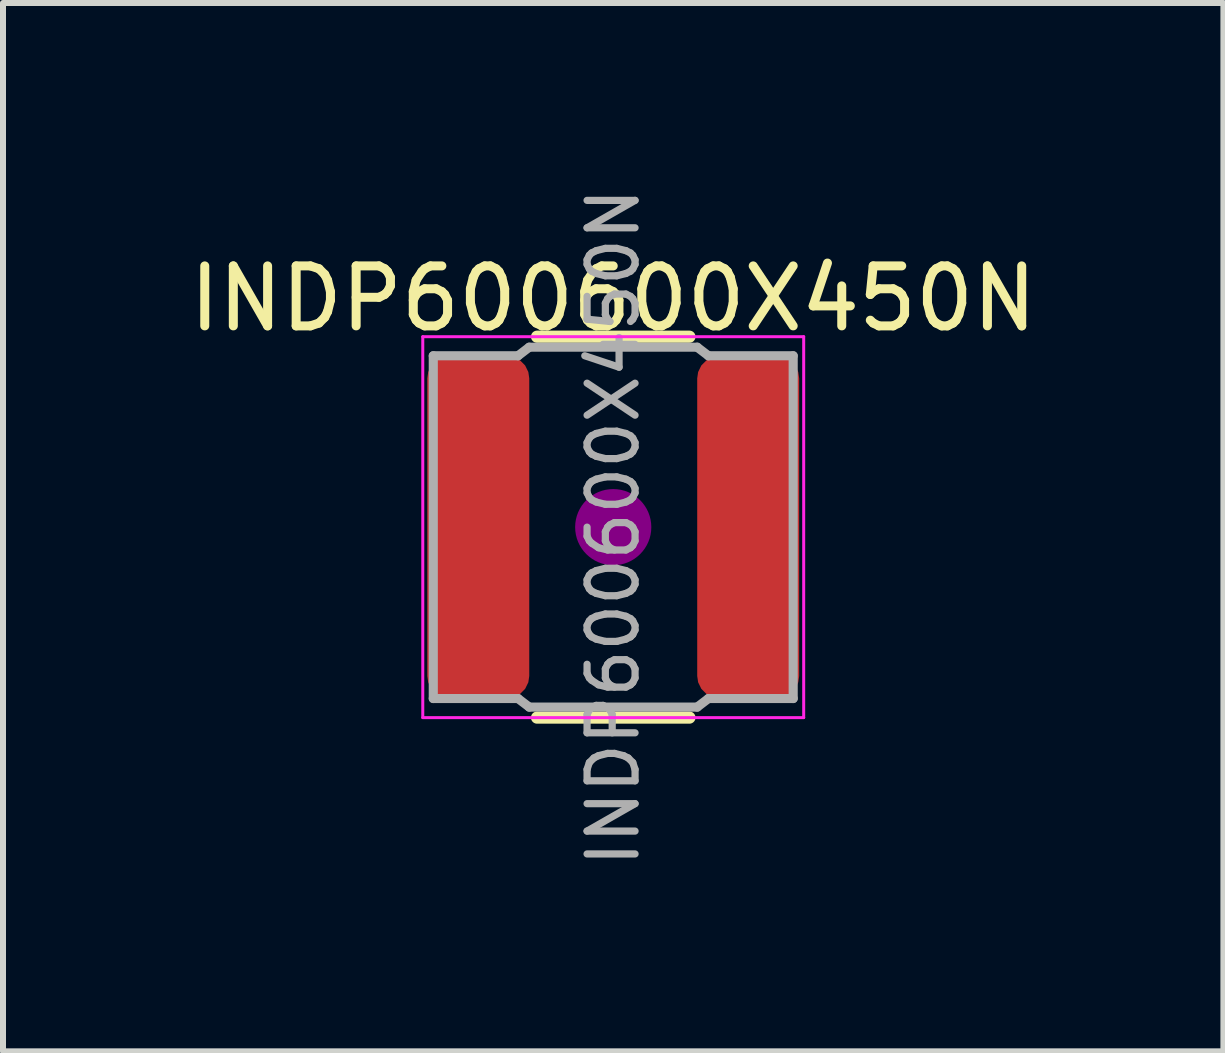
<source format=kicad_pcb>
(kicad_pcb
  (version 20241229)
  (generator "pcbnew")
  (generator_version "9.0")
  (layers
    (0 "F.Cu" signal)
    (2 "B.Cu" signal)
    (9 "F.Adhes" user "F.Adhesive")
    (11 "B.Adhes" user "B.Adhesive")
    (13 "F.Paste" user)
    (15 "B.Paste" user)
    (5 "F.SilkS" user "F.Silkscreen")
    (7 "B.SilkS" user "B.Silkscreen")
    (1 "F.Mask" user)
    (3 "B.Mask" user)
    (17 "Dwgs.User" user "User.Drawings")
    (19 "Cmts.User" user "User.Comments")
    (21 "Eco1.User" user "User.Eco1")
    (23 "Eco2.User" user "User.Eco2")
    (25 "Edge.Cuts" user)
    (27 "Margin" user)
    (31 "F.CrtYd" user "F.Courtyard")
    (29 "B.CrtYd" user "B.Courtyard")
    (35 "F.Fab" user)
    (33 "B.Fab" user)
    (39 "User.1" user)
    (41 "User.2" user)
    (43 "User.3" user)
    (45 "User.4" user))
  (footprint "INDP600600X450N"
    (layer "F.Cu")
    (at 7.173 5.738)
    (property "Reference" "INDP600600X450N" (at 0 -3.81 0) (layer "F.SilkS") (effects (font (size 1 1) (thickness 0.15))))
    (attr smd)
    (fp_line (start -1.27 -3.175) (end 1.27 -3.175) (stroke (width 0.203) (type solid)) (layer "F.SilkS"))
    (fp_line (start -1.27 3.175) (end 1.27 3.175) (stroke (width 0.203) (type solid)) (layer "F.SilkS"))
    (fp_circle (center 0 0) (end -0.635 0) (stroke (width 0) (type solid)) (fill yes) (layer "F.Adhes"))
    (fp_line (start -3.175 3.175) (end -3.175 -3.175) (stroke (width 0.05) (type solid)) (layer "F.CrtYd"))
    (fp_line (start -3.175 3.175) (end 3.175 3.175) (stroke (width 0.05) (type solid)) (layer "F.CrtYd"))
    (fp_line (start 3.175 -3.175) (end -3.175 -3.175) (stroke (width 0.05) (type solid)) (layer "F.CrtYd"))
    (fp_line (start 3.175 -3.175) (end 3.175 3.175) (stroke (width 0.05) (type solid)) (layer "F.CrtYd"))
    (fp_line (start -3 -2.857) (end -1.587 -2.857) (stroke (width 0.152) (type default)) (layer "F.Fab"))
    (fp_line (start -3 2.857) (end -3 -2.857) (stroke (width 0.152) (type default)) (layer "F.Fab"))
    (fp_line (start -3 2.857) (end -1.587 2.857) (stroke (width 0.152) (type default)) (layer "F.Fab"))
    (fp_line (start -1.587 -2.857) (end -1.4 -3) (stroke (width 0.152) (type default)) (layer "F.Fab"))
    (fp_line (start -1.587 2.857) (end -1.4 3) (stroke (width 0.152) (type default)) (layer "F.Fab"))
    (fp_line (start -1.4 -3) (end 1.4 -3) (stroke (width 0.152) (type default)) (layer "F.Fab"))
    (fp_line (start -1.4 3) (end 1.4 3) (stroke (width 0.152) (type default)) (layer "F.Fab"))
    (fp_line (start 1.587 -2.857) (end 1.4 -3) (stroke (width 0.152) (type default)) (layer "F.Fab"))
    (fp_line (start 1.587 2.857) (end 1.4 3) (stroke (width 0.152) (type default)) (layer "F.Fab"))
    (fp_line (start 3 -2.857) (end 1.587 -2.857) (stroke (width 0.152) (type default)) (layer "F.Fab"))
    (fp_line (start 3 2.857) (end 1.587 2.857) (stroke (width 0.152) (type default)) (layer "F.Fab"))
    (fp_line (start 3 2.857) (end 3 -2.857) (stroke (width 0.152) (type default)) (layer "F.Fab"))
    (fp_text user "${REFERENCE}" (at -0.000002 0 90) (layer "F.Fab") (effects (font (size 0.8 0.8) (thickness 0.12))))
    (pad "1" smd roundrect (at -2.25 0) (size 1.7 5.7) (layers "F.Cu" "F.Mask" "F.Paste") (roundrect_rratio 0.217))
    (pad "2" smd roundrect (at 2.25 0) (size 1.7 5.7) (layers "F.Cu" "F.Mask" "F.Paste") (roundrect_rratio 0.217)))
  (gr_rect
    (start -3 -3)
    (end 17.345 14.476)
    (stroke (width 0.1) (type default))
    (fill no)
    (layer "Edge.Cuts")))
</source>
